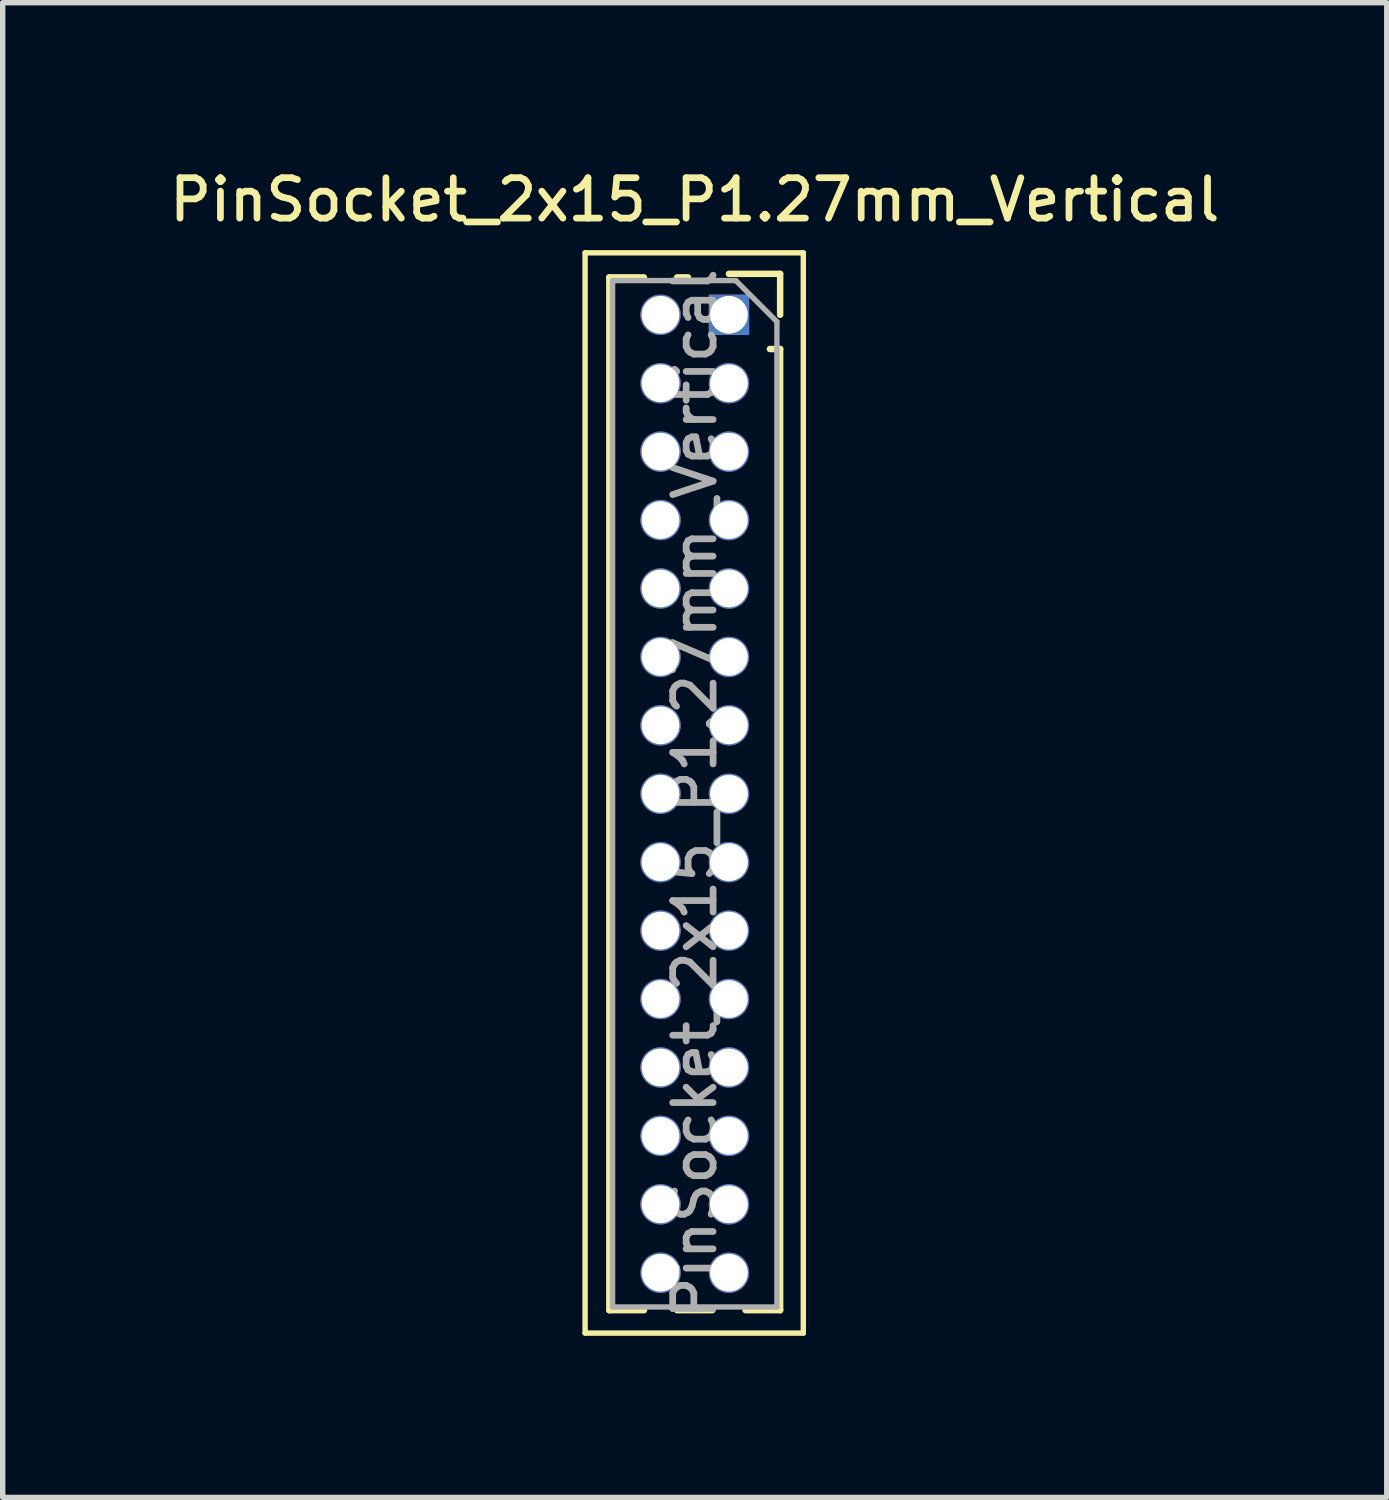
<source format=kicad_pcb>
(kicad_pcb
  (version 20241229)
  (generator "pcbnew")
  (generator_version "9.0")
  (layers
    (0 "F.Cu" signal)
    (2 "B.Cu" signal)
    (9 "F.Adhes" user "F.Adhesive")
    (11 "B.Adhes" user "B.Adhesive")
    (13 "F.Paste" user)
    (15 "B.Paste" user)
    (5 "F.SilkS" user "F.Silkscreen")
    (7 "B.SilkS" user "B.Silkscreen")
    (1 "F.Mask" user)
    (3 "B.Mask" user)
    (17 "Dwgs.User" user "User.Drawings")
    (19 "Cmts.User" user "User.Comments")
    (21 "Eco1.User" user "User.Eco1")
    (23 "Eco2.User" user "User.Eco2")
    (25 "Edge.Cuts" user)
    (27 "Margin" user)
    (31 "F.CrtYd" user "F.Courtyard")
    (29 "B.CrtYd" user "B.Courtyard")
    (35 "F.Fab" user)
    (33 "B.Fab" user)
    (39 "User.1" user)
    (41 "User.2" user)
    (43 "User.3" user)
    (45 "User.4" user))
  (footprint "PinSocket_2x15_P1.27mm_Vertical"
    (layer "F.Cu")
    (at 10.48 2.793)
    (property "Reference" "PinSocket_2x15_P1.27mm_Vertical" (at -0.635 -2.135 0) (layer "F.SilkS") (effects (font (size 0.75 0.75) (thickness 0.125))))
    (attr through_hole)
    (fp_line (start -2.67 -1.15) (end 1.38 -1.15) (stroke (width 0.1) (type solid)) (layer "F.SilkS"))
    (fp_line (start -2.67 18.9) (end -2.67 -1.15) (stroke (width 0.1) (type solid)) (layer "F.SilkS"))
    (fp_line (start -2.22 -0.695) (end -2.22 18.475) (stroke (width 0.12) (type solid)) (layer "F.SilkS"))
    (fp_line (start -2.22 -0.695) (end -1.578 -0.695) (stroke (width 0.12) (type solid)) (layer "F.SilkS"))
    (fp_line (start -2.22 18.475) (end -1.578 18.475) (stroke (width 0.12) (type solid)) (layer "F.SilkS"))
    (fp_line (start -0.962 -0.695) (end -0.76 -0.695) (stroke (width 0.12) (type solid)) (layer "F.SilkS"))
    (fp_line (start -0.962 18.475) (end -0.308 18.475) (stroke (width 0.12) (type solid)) (layer "F.SilkS"))
    (fp_line (start 0 -0.76) (end 0.95 -0.76) (stroke (width 0.12) (type solid)) (layer "F.SilkS"))
    (fp_line (start 0.308 18.475) (end 0.95 18.475) (stroke (width 0.12) (type solid)) (layer "F.SilkS"))
    (fp_line (start 0.76 0.635) (end 0.95 0.635) (stroke (width 0.12) (type solid)) (layer "F.SilkS"))
    (fp_line (start 0.95 -0.76) (end 0.95 0) (stroke (width 0.12) (type solid)) (layer "F.SilkS"))
    (fp_line (start 0.95 0.635) (end 0.95 18.475) (stroke (width 0.12) (type solid)) (layer "F.SilkS"))
    (fp_line (start 1.38 -1.15) (end 1.38 18.9) (stroke (width 0.1) (type solid)) (layer "F.SilkS"))
    (fp_line (start 1.38 18.9) (end -2.67 18.9) (stroke (width 0.1) (type solid)) (layer "F.SilkS"))
    (fp_line (start -2.16 -0.635) (end 0.128 -0.635) (stroke (width 0.1) (type solid)) (layer "F.Fab"))
    (fp_line (start -2.16 18.415) (end -2.16 -0.635) (stroke (width 0.1) (type solid)) (layer "F.Fab"))
    (fp_line (start 0.128 -0.635) (end 0.89 0.128) (stroke (width 0.1) (type solid)) (layer "F.Fab"))
    (fp_line (start 0.89 0.128) (end 0.89 18.415) (stroke (width 0.1) (type solid)) (layer "F.Fab"))
    (fp_line (start 0.89 18.415) (end -2.16 18.415) (stroke (width 0.1) (type solid)) (layer "F.Fab"))
    (fp_text user "${REFERENCE}" (at -0.635 8.89 90) (layer "F.Fab") (effects (font (size 0.75 0.75) (thickness 0.125))))
    (pad "1" thru_hole rect (at 0 0) (size 0.75 0.75) (drill 0.7) (layers "*.Cu" "*.Mask"))
    (pad "2" thru_hole oval (at -1.27 0) (size 0.75 0.75) (drill 0.7) (layers "*.Cu" "*.Mask"))
    (pad "3" thru_hole oval (at 0 1.27) (size 0.75 0.75) (drill 0.7) (layers "*.Cu" "*.Mask"))
    (pad "4" thru_hole oval (at -1.27 1.27) (size 0.75 0.75) (drill 0.7) (layers "*.Cu" "*.Mask"))
    (pad "5" thru_hole oval (at 0 2.54) (size 0.75 0.75) (drill 0.7) (layers "*.Cu" "*.Mask"))
    (pad "6" thru_hole oval (at -1.27 2.54) (size 0.75 0.75) (drill 0.7) (layers "*.Cu" "*.Mask"))
    (pad "7" thru_hole oval (at 0 3.81) (size 0.75 0.75) (drill 0.7) (layers "*.Cu" "*.Mask"))
    (pad "8" thru_hole oval (at -1.27 3.81) (size 0.75 0.75) (drill 0.7) (layers "*.Cu" "*.Mask"))
    (pad "9" thru_hole oval (at 0 5.08) (size 0.75 0.75) (drill 0.7) (layers "*.Cu" "*.Mask"))
    (pad "10" thru_hole oval (at -1.27 5.08) (size 0.75 0.75) (drill 0.7) (layers "*.Cu" "*.Mask"))
    (pad "11" thru_hole oval (at 0 6.35) (size 0.75 0.75) (drill 0.7) (layers "*.Cu" "*.Mask"))
    (pad "12" thru_hole oval (at -1.27 6.35) (size 0.75 0.75) (drill 0.7) (layers "*.Cu" "*.Mask"))
    (pad "13" thru_hole oval (at 0 7.62) (size 0.75 0.75) (drill 0.7) (layers "*.Cu" "*.Mask"))
    (pad "14" thru_hole oval (at -1.27 7.62) (size 0.75 0.75) (drill 0.7) (layers "*.Cu" "*.Mask"))
    (pad "15" thru_hole oval (at 0 8.89) (size 0.75 0.75) (drill 0.7) (layers "*.Cu" "*.Mask"))
    (pad "16" thru_hole oval (at -1.27 8.89) (size 0.75 0.75) (drill 0.7) (layers "*.Cu" "*.Mask"))
    (pad "17" thru_hole oval (at 0 10.16) (size 0.75 0.75) (drill 0.7) (layers "*.Cu" "*.Mask"))
    (pad "18" thru_hole oval (at -1.27 10.16) (size 0.75 0.75) (drill 0.7) (layers "*.Cu" "*.Mask"))
    (pad "19" thru_hole oval (at 0 11.43) (size 0.75 0.75) (drill 0.7) (layers "*.Cu" "*.Mask"))
    (pad "20" thru_hole oval (at -1.27 11.43) (size 0.75 0.75) (drill 0.7) (layers "*.Cu" "*.Mask"))
    (pad "21" thru_hole oval (at 0 12.7) (size 0.75 0.75) (drill 0.7) (layers "*.Cu" "*.Mask"))
    (pad "22" thru_hole oval (at -1.27 12.7) (size 0.75 0.75) (drill 0.7) (layers "*.Cu" "*.Mask"))
    (pad "23" thru_hole oval (at 0 13.97) (size 0.75 0.75) (drill 0.7) (layers "*.Cu" "*.Mask"))
    (pad "24" thru_hole oval (at -1.27 13.97) (size 0.75 0.75) (drill 0.7) (layers "*.Cu" "*.Mask"))
    (pad "25" thru_hole oval (at 0 15.24) (size 0.75 0.75) (drill 0.7) (layers "*.Cu" "*.Mask"))
    (pad "26" thru_hole oval (at -1.27 15.24) (size 0.75 0.75) (drill 0.7) (layers "*.Cu" "*.Mask"))
    (pad "27" thru_hole oval (at 0 16.51) (size 0.75 0.75) (drill 0.7) (layers "*.Cu" "*.Mask"))
    (pad "28" thru_hole oval (at -1.27 16.51) (size 0.75 0.75) (drill 0.7) (layers "*.Cu" "*.Mask"))
    (pad "29" thru_hole oval (at 0 17.78) (size 0.75 0.75) (drill 0.7) (layers "*.Cu" "*.Mask"))
    (pad "30" thru_hole oval (at -1.27 17.78) (size 0.75 0.75) (drill 0.7) (layers "*.Cu" "*.Mask")))
  (gr_rect
    (start -3 -3)
    (end 22.689 24.743)
    (stroke (width 0.1) (type default))
    (fill no)
    (layer "Edge.Cuts")))
</source>
